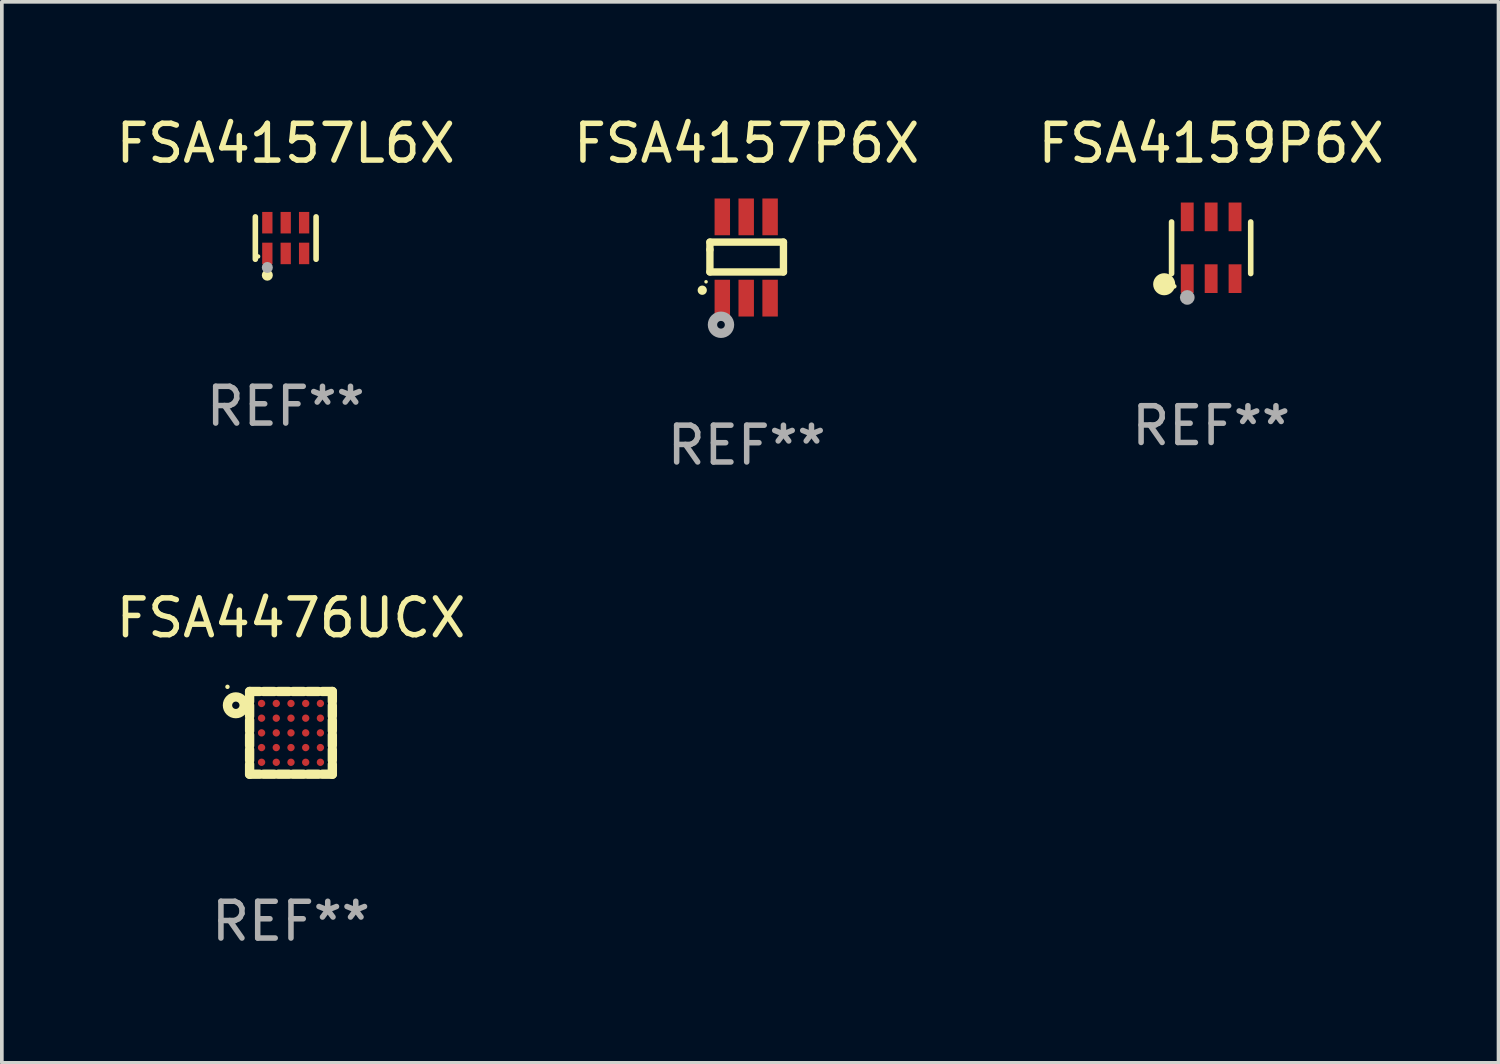
<source format=kicad_pcb>
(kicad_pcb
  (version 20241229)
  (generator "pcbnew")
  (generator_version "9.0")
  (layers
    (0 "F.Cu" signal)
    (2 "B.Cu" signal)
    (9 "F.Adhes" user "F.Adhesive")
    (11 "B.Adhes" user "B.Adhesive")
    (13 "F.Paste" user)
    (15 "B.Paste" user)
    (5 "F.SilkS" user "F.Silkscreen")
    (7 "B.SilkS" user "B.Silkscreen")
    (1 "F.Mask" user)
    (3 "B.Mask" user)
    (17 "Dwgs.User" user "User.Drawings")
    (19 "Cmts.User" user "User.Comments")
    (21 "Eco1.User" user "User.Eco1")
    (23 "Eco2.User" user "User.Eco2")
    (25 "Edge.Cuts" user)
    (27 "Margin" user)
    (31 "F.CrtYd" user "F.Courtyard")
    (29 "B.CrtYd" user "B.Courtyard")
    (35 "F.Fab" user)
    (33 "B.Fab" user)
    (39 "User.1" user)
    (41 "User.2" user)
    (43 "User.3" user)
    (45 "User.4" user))
  (footprint "FSA4157P6X"
    (layer "F.Cu")
    (at 17.256 3.953)
    (property "Reference" "FSA4157P6X" (at 0 -3.105 0) (layer "F.SilkS") (effects (font (size 1 1) (thickness 0.15))))
    (attr through_hole)
    (fp_line (start -1 -0.419) (end -1 -0.213) (stroke (width 0.2) (type solid)) (layer "F.SilkS"))
    (fp_line (start -1 -0.213) (end -1 0.393) (stroke (width 0.2) (type solid)) (layer "F.SilkS"))
    (fp_line (start -1 0.393) (end 1 0.393) (stroke (width 0.2) (type solid)) (layer "F.SilkS"))
    (fp_line (start 1 -0.419) (end -1 -0.419) (stroke (width 0.2) (type solid)) (layer "F.SilkS"))
    (fp_line (start 1 0.393) (end 1 -0.419) (stroke (width 0.2) (type solid)) (layer "F.SilkS"))
    (fp_arc (start -1.208509 0.890272) (mid -1.208515 0.889002) (end -1.208509 0.887732) (stroke (width 0.25) (type solid)) (layer "F.SilkS"))
    (fp_circle (center -1.105 0.66) (end -1.08 0.66) (stroke (width 0.05) (type solid)) (fill no) (layer "F.SilkS"))
    (fp_circle (center -0.699 1.829) (end -0.594 1.829) (stroke (width 0.254) (type solid)) (fill no) (layer "F.Fab"))
    (fp_text user "REF**" (at 0 5.105 0) (layer "F.Fab") (effects (font (size 1 1) (thickness 0.15))))
    (pad "1" smd rect (at -0.663 1.105) (size 0.42 1) (layers "F.Cu" "F.Mask" "F.Paste"))
    (pad "2" smd rect (at -0.013 1.105) (size 0.42 1) (layers "F.Cu" "F.Mask" "F.Paste"))
    (pad "3" smd rect (at 0.637 1.105) (size 0.42 1) (layers "F.Cu" "F.Mask" "F.Paste"))
    (pad "4" smd rect (at 0.637 -1.105 180) (size 0.42 1) (layers "F.Cu" "F.Mask" "F.Paste"))
    (pad "5" smd rect (at -0.013 -1.105 180) (size 0.42 1) (layers "F.Cu" "F.Mask" "F.Paste"))
    (pad "6" smd rect (at -0.663 -1.105 180) (size 0.42 1) (layers "F.Cu" "F.Mask" "F.Paste")))
  (footprint "FSA4476UCX"
    (layer "F.Cu")
    (at 4.863 16.88)
    (property "Reference" "FSA4476UCX" (at 0 -3.125 0) (layer "F.SilkS") (effects (font (size 1 1) (thickness 0.15))))
    (attr through_hole)
    (fp_line (start -1.125 -1.125) (end -0.852 -1.125) (stroke (width 0.254) (type solid)) (layer "F.SilkS"))
    (fp_line (start -1.125 -0.852) (end -1.125 -1.125) (stroke (width 0.254) (type solid)) (layer "F.SilkS"))
    (fp_line (start -1.125 -0.452) (end -1.125 -0.748) (stroke (width 0.254) (type solid)) (layer "F.SilkS"))
    (fp_line (start -1.125 -0.052) (end -1.125 -0.348) (stroke (width 0.254) (type solid)) (layer "F.SilkS"))
    (fp_line (start -1.125 0.348) (end -1.125 0.052) (stroke (width 0.254) (type solid)) (layer "F.SilkS"))
    (fp_line (start -1.125 0.748) (end -1.125 0.452) (stroke (width 0.254) (type solid)) (layer "F.SilkS"))
    (fp_line (start -1.125 1.125) (end -1.125 0.852) (stroke (width 0.254) (type solid)) (layer "F.SilkS"))
    (fp_line (start -0.852 1.125) (end -1.125 1.125) (stroke (width 0.254) (type solid)) (layer "F.SilkS"))
    (fp_line (start -0.748 -1.125) (end -0.452 -1.125) (stroke (width 0.254) (type solid)) (layer "F.SilkS"))
    (fp_line (start -0.452 1.125) (end -0.748 1.125) (stroke (width 0.254) (type solid)) (layer "F.SilkS"))
    (fp_line (start -0.348 -1.125) (end -0.052 -1.125) (stroke (width 0.254) (type solid)) (layer "F.SilkS"))
    (fp_line (start -0.052 1.125) (end -0.348 1.125) (stroke (width 0.254) (type solid)) (layer "F.SilkS"))
    (fp_line (start 0.052 -1.125) (end 0.348 -1.125) (stroke (width 0.254) (type solid)) (layer "F.SilkS"))
    (fp_line (start 0.348 1.125) (end 0.052 1.125) (stroke (width 0.254) (type solid)) (layer "F.SilkS"))
    (fp_line (start 0.452 -1.125) (end 0.748 -1.125) (stroke (width 0.254) (type solid)) (layer "F.SilkS"))
    (fp_line (start 0.748 1.125) (end 0.452 1.125) (stroke (width 0.254) (type solid)) (layer "F.SilkS"))
    (fp_line (start 0.852 -1.125) (end 1.125 -1.125) (stroke (width 0.254) (type solid)) (layer "F.SilkS"))
    (fp_line (start 1.125 -1.125) (end 1.125 -0.852) (stroke (width 0.254) (type solid)) (layer "F.SilkS"))
    (fp_line (start 1.125 -0.748) (end 1.125 -0.452) (stroke (width 0.254) (type solid)) (layer "F.SilkS"))
    (fp_line (start 1.125 -0.348) (end 1.125 -0.052) (stroke (width 0.254) (type solid)) (layer "F.SilkS"))
    (fp_line (start 1.125 0.052) (end 1.125 0.348) (stroke (width 0.254) (type solid)) (layer "F.SilkS"))
    (fp_line (start 1.125 0.452) (end 1.125 0.748) (stroke (width 0.254) (type solid)) (layer "F.SilkS"))
    (fp_line (start 1.125 0.852) (end 1.125 1.125) (stroke (width 0.254) (type solid)) (layer "F.SilkS"))
    (fp_line (start 1.125 1.125) (end 0.852 1.125) (stroke (width 0.254) (type solid)) (layer "F.SilkS"))
    (fp_circle (center -1.727 -1.252) (end -1.697 -1.252) (stroke (width 0.06) (type solid)) (fill no) (layer "F.SilkS"))
    (fp_circle (center -1.5 -0.75) (end -1.4 -0.75) (stroke (width 0.254) (type solid)) (fill no) (layer "F.SilkS"))
    (fp_text user "REF**" (at 0 5.125 0) (layer "F.Fab") (effects (font (size 1 1) (thickness 0.15))))
    (pad "A1" smd circle (at -0.8 -0.8) (size 0.2 0.2) (layers "F.Cu" "F.Mask" "F.Paste"))
    (pad "A2" smd circle (at -0.4 -0.8) (size 0.2 0.2) (layers "F.Cu" "F.Mask" "F.Paste"))
    (pad "A3" smd circle (at 0.000127 -0.8) (size 0.2 0.2) (layers "F.Cu" "F.Mask" "F.Paste"))
    (pad "A4" smd circle (at 0.4 -0.8) (size 0.2 0.2) (layers "F.Cu" "F.Mask" "F.Paste"))
    (pad "A5" smd circle (at 0.8 -0.8) (size 0.2 0.2) (layers "F.Cu" "F.Mask" "F.Paste"))
    (pad "B1" smd circle (at -0.8 -0.4) (size 0.2 0.2) (layers "F.Cu" "F.Mask" "F.Paste"))
    (pad "B2" smd circle (at -0.4 -0.4) (size 0.2 0.2) (layers "F.Cu" "F.Mask" "F.Paste"))
    (pad "B3" smd circle (at 0.000127 -0.4) (size 0.2 0.2) (layers "F.Cu" "F.Mask" "F.Paste"))
    (pad "B4" smd circle (at 0.4 -0.4) (size 0.2 0.2) (layers "F.Cu" "F.Mask" "F.Paste"))
    (pad "B5" smd circle (at 0.8 -0.4) (size 0.2 0.2) (layers "F.Cu" "F.Mask" "F.Paste"))
    (pad "C1" smd circle (at -0.8 -0.000076) (size 0.2 0.2) (layers "F.Cu" "F.Mask" "F.Paste"))
    (pad "C2" smd circle (at -0.4 -0.000076) (size 0.2 0.2) (layers "F.Cu" "F.Mask" "F.Paste"))
    (pad "C3" smd circle (at 0.000127 -0.000076) (size 0.2 0.2) (layers "F.Cu" "F.Mask" "F.Paste"))
    (pad "C4" smd circle (at 0.4 -0.000076) (size 0.2 0.2) (layers "F.Cu" "F.Mask" "F.Paste"))
    (pad "C5" smd circle (at 0.8 -0.000076) (size 0.2 0.2) (layers "F.Cu" "F.Mask" "F.Paste"))
    (pad "D1" smd circle (at -0.8 0.4) (size 0.2 0.2) (layers "F.Cu" "F.Mask" "F.Paste"))
    (pad "D2" smd circle (at -0.4 0.4) (size 0.2 0.2) (layers "F.Cu" "F.Mask" "F.Paste"))
    (pad "D3" smd circle (at 0.000127 0.4) (size 0.2 0.2) (layers "F.Cu" "F.Mask" "F.Paste"))
    (pad "D4" smd circle (at 0.4 0.4) (size 0.2 0.2) (layers "F.Cu" "F.Mask" "F.Paste"))
    (pad "D5" smd circle (at 0.8 0.4) (size 0.2 0.2) (layers "F.Cu" "F.Mask" "F.Paste"))
    (pad "E1" smd circle (at -0.8 0.8) (size 0.2 0.2) (layers "F.Cu" "F.Mask" "F.Paste"))
    (pad "E2" smd circle (at -0.4 0.8) (size 0.2 0.2) (layers "F.Cu" "F.Mask" "F.Paste"))
    (pad "E3" smd circle (at 0.000127 0.8) (size 0.2 0.2) (layers "F.Cu" "F.Mask" "F.Paste"))
    (pad "E4" smd circle (at 0.4 0.8) (size 0.2 0.2) (layers "F.Cu" "F.Mask" "F.Paste"))
    (pad "E5" smd circle (at 0.8 0.8) (size 0.2 0.2) (layers "F.Cu" "F.Mask" "F.Paste")))
  (footprint "FSA4159P6X"
    (layer "F.Cu")
    (at 29.887 3.688)
    (property "Reference" "FSA4159P6X" (at 0 -2.84 0) (layer "F.SilkS") (effects (font (size 1 1) (thickness 0.15))))
    (attr through_hole)
    (fp_line (start -1.076 0.701) (end -1.076 -0.701) (stroke (width 0.152) (type solid)) (layer "F.SilkS"))
    (fp_line (start 1.076 0.701) (end 1.076 -0.701) (stroke (width 0.152) (type solid)) (layer "F.SilkS"))
    (fp_circle (center -1.277 0.992) (end -1.127 0.992) (stroke (width 0.3) (type solid)) (fill no) (layer "F.SilkS"))
    (fp_circle (center -1 1.05) (end -0.97 1.05) (stroke (width 0.06) (type solid)) (fill no) (layer "F.SilkS"))
    (fp_circle (center -0.65 1.35) (end -0.55 1.35) (stroke (width 0.2) (type solid)) (fill no) (layer "F.Fab"))
    (fp_text user "REF**" (at 0 4.84 0) (layer "F.Fab") (effects (font (size 1 1) (thickness 0.15))))
    (pad "1" smd rect (at -0.65 0.84) (size 0.35 0.78) (layers "F.Cu" "F.Mask" "F.Paste"))
    (pad "2" smd rect (at 0 0.84) (size 0.35 0.78) (layers "F.Cu" "F.Mask" "F.Paste"))
    (pad "3" smd rect (at 0.65 0.84) (size 0.35 0.78) (layers "F.Cu" "F.Mask" "F.Paste"))
    (pad "4" smd rect (at 0.65 -0.84) (size 0.35 0.78) (layers "F.Cu" "F.Mask" "F.Paste"))
    (pad "5" smd rect (at 0 -0.84) (size 0.35 0.78) (layers "F.Cu" "F.Mask" "F.Paste"))
    (pad "6" smd rect (at -0.65 -0.84) (size 0.35 0.78) (layers "F.Cu" "F.Mask" "F.Paste")))
  (footprint "FSA4157L6X"
    (layer "F.Cu")
    (at 4.72 3.424)
    (property "Reference" "FSA4157L6X" (at 0 -2.576 0) (layer "F.SilkS") (effects (font (size 1 1) (thickness 0.15))))
    (attr through_hole)
    (fp_line (start -0.826 0.576) (end -0.826 -0.576) (stroke (width 0.152) (type solid)) (layer "F.SilkS"))
    (fp_line (start 0.826 0.576) (end 0.826 -0.576) (stroke (width 0.152) (type solid)) (layer "F.SilkS"))
    (fp_circle (center -0.75 0.5) (end -0.72 0.5) (stroke (width 0.06) (type solid)) (fill no) (layer "F.SilkS"))
    (fp_circle (center -0.5 1.01) (end -0.425 1.01) (stroke (width 0.15) (type solid)) (fill no) (layer "F.SilkS"))
    (fp_circle (center -0.5 0.8) (end -0.425 0.8) (stroke (width 0.15) (type solid)) (fill no) (layer "F.Fab"))
    (fp_text user "REF**" (at 0 4.576 0) (layer "F.Fab") (effects (font (size 1 1) (thickness 0.15))))
    (pad "1" smd rect (at -0.5 0.418) (size 0.28 0.585) (layers "F.Cu" "F.Mask" "F.Paste"))
    (pad "2" smd rect (at 0 0.418) (size 0.28 0.585) (layers "F.Cu" "F.Mask" "F.Paste"))
    (pad "3" smd rect (at 0.5 0.418) (size 0.28 0.585) (layers "F.Cu" "F.Mask" "F.Paste"))
    (pad "4" smd rect (at 0.5 -0.418) (size 0.28 0.585) (layers "F.Cu" "F.Mask" "F.Paste"))
    (pad "5" smd rect (at 0 -0.418) (size 0.28 0.585) (layers "F.Cu" "F.Mask" "F.Paste"))
    (pad "6" smd rect (at -0.5 -0.418) (size 0.28 0.585) (layers "F.Cu" "F.Mask" "F.Paste")))
  (gr_rect
    (start -3 -3)
    (end 37.702 25.853)
    (stroke (width 0.1) (type default))
    (fill no)
    (layer "Edge.Cuts")))
</source>
